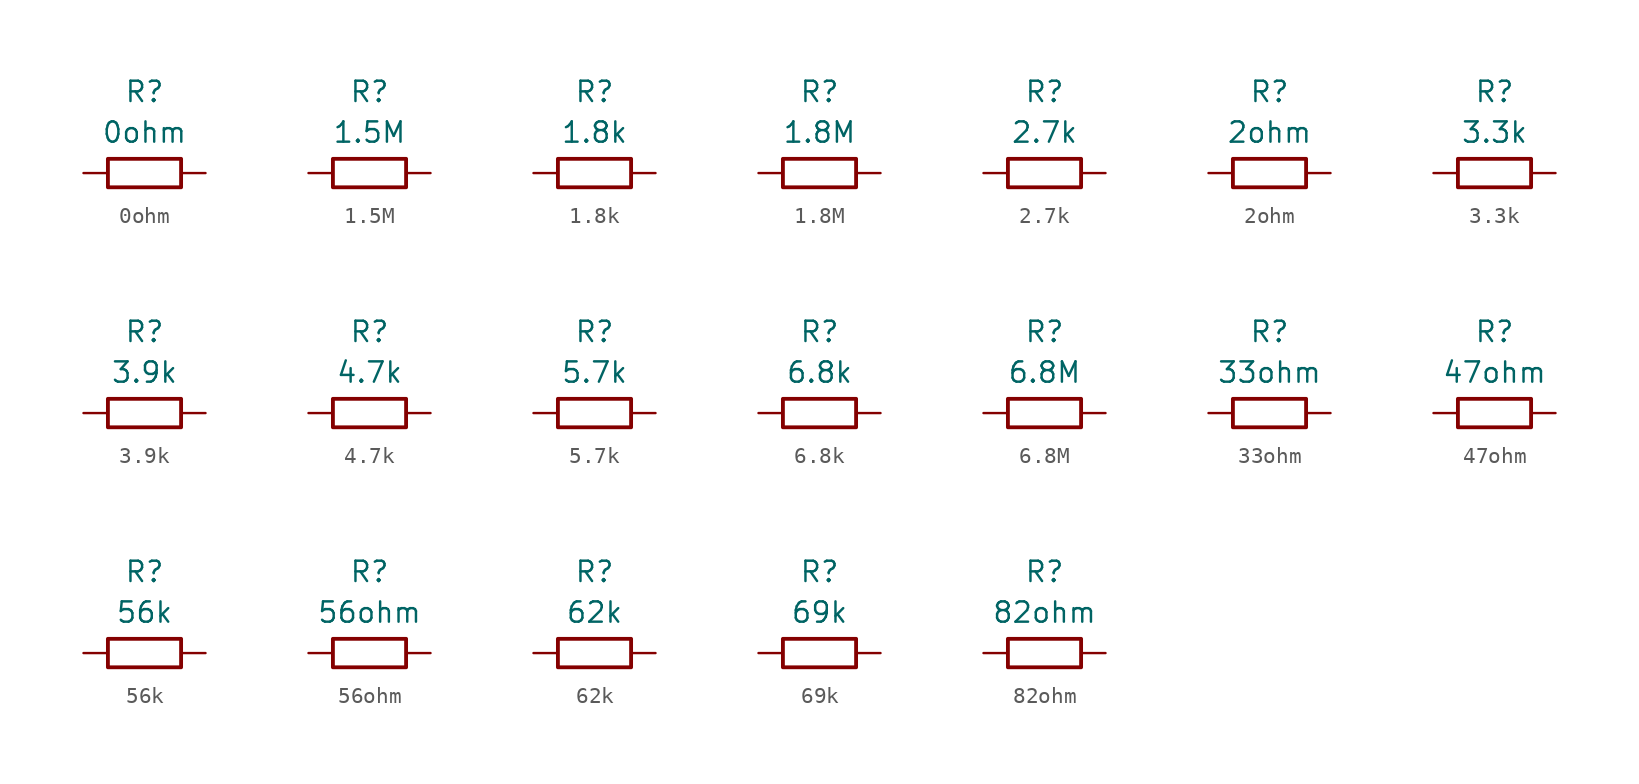
<source format=kicad_sym>
(kicad_symbol_lib
  (version 20211014)
  (generator kicad_symbol_editor)
  (symbol "0ohm"
    (property "Reference" "R"
      (at 0 5.08 0)
      (effects (font (size 1.27 1.27))))
    (property "Value" "0ohm"
      (at 0 2.54 0)
      (effects (font (size 1.27 1.27))))
    (symbol "0ohm_0_1"
      (rectangle (start -2.286 0.889) (end 2.286 -0.889) (stroke (width 0.24) (type default) (color 0 0 0 0)) (fill (type none))))
    (symbol "0ohm_1_1"
      (pin passive line (at -3.81 0 0) (length 1.5) (name "" (effects (font (size 1.27 1.27)))) (number "1" (effects (font (size 0 0)))))
      (pin passive line (at 3.81 0 180) (length 1.5) (name "~" (effects (font (size 1.27 1.27)))) (number "2" (effects (font (size 0 0)))))))
  (symbol "1.5M"
    (property "Reference" "R"
      (at 0 5.08 0)
      (effects (font (size 1.27 1.27))))
    (property "Value" "1.5M"
      (at 0 2.54 0)
      (effects (font (size 1.27 1.27))))
    (symbol "1.5M_0_1"
      (rectangle (start -2.286 0.889) (end 2.286 -0.889) (stroke (width 0.24) (type default) (color 0 0 0 0)) (fill (type none))))
    (symbol "1.5M_1_1"
      (pin passive line (at -3.81 0 0) (length 1.5) (name "" (effects (font (size 1.27 1.27)))) (number "1" (effects (font (size 0 0)))))
      (pin passive line (at 3.81 0 180) (length 1.5) (name "~" (effects (font (size 1.27 1.27)))) (number "2" (effects (font (size 0 0)))))))
  (symbol "1.8k"
    (property "Reference" "R"
      (at 0 5.08 0)
      (effects (font (size 1.27 1.27))))
    (property "Value" "1.8k"
      (at 0 2.54 0)
      (effects (font (size 1.27 1.27))))
    (symbol "1.8k_0_1"
      (rectangle (start -2.286 0.889) (end 2.286 -0.889) (stroke (width 0.24) (type default) (color 0 0 0 0)) (fill (type none))))
    (symbol "1.8k_1_1"
      (pin passive line (at -3.81 0 0) (length 1.5) (name "" (effects (font (size 1.27 1.27)))) (number "1" (effects (font (size 0 0)))))
      (pin passive line (at 3.81 0 180) (length 1.5) (name "~" (effects (font (size 1.27 1.27)))) (number "2" (effects (font (size 0 0)))))))
  (symbol "1.8M"
    (property "Reference" "R"
      (at 0 5.08 0)
      (effects (font (size 1.27 1.27))))
    (property "Value" "1.8M"
      (at 0 2.54 0)
      (effects (font (size 1.27 1.27))))
    (symbol "1.8M_0_1"
      (rectangle (start -2.286 0.889) (end 2.286 -0.889) (stroke (width 0.24) (type default) (color 0 0 0 0)) (fill (type none))))
    (symbol "1.8M_1_1"
      (pin passive line (at -3.81 0 0) (length 1.5) (name "" (effects (font (size 1.27 1.27)))) (number "1" (effects (font (size 0 0)))))
      (pin passive line (at 3.81 0 180) (length 1.5) (name "~" (effects (font (size 1.27 1.27)))) (number "2" (effects (font (size 0 0)))))))
  (symbol "2.7k"
    (property "Reference" "R"
      (at 0 5.08 0)
      (effects (font (size 1.27 1.27))))
    (property "Value" "2.7k"
      (at 0 2.54 0)
      (effects (font (size 1.27 1.27))))
    (symbol "2.7k_0_1"
      (rectangle (start -2.286 0.889) (end 2.286 -0.889) (stroke (width 0.24) (type default) (color 0 0 0 0)) (fill (type none))))
    (symbol "2.7k_1_1"
      (pin passive line (at -3.81 0 0) (length 1.5) (name "" (effects (font (size 1.27 1.27)))) (number "1" (effects (font (size 0 0)))))
      (pin passive line (at 3.81 0 180) (length 1.5) (name "~" (effects (font (size 1.27 1.27)))) (number "2" (effects (font (size 0 0)))))))
  (symbol "2ohm"
    (property "Reference" "R"
      (at 0 5.08 0)
      (effects (font (size 1.27 1.27))))
    (property "Value" "2ohm"
      (at 0 2.54 0)
      (effects (font (size 1.27 1.27))))
    (symbol "2ohm_0_1"
      (rectangle (start -2.286 0.889) (end 2.286 -0.889) (stroke (width 0.24) (type default) (color 0 0 0 0)) (fill (type none))))
    (symbol "2ohm_1_1"
      (pin passive line (at -3.81 0 0) (length 1.5) (name "" (effects (font (size 1.27 1.27)))) (number "1" (effects (font (size 0 0)))))
      (pin passive line (at 3.81 0 180) (length 1.5) (name "~" (effects (font (size 1.27 1.27)))) (number "2" (effects (font (size 0 0)))))))
  (symbol "3.3k"
    (property "Reference" "R"
      (at 0 5.08 0)
      (effects (font (size 1.27 1.27))))
    (property "Value" "3.3k"
      (at 0 2.54 0)
      (effects (font (size 1.27 1.27))))
    (symbol "3.3k_0_1"
      (rectangle (start -2.286 0.889) (end 2.286 -0.889) (stroke (width 0.24) (type default) (color 0 0 0 0)) (fill (type none))))
    (symbol "3.3k_1_1"
      (pin passive line (at -3.81 0 0) (length 1.5) (name "" (effects (font (size 1.27 1.27)))) (number "1" (effects (font (size 0 0)))))
      (pin passive line (at 3.81 0 180) (length 1.5) (name "~" (effects (font (size 1.27 1.27)))) (number "2" (effects (font (size 0 0)))))))
  (symbol "3.9k"
    (property "Reference" "R"
      (at 0 5.08 0)
      (effects (font (size 1.27 1.27))))
    (property "Value" "3.9k"
      (at 0 2.54 0)
      (effects (font (size 1.27 1.27))))
    (symbol "3.9k_0_1"
      (rectangle (start -2.286 0.889) (end 2.286 -0.889) (stroke (width 0.24) (type default) (color 0 0 0 0)) (fill (type none))))
    (symbol "3.9k_1_1"
      (pin passive line (at -3.81 0 0) (length 1.5) (name "" (effects (font (size 1.27 1.27)))) (number "1" (effects (font (size 0 0)))))
      (pin passive line (at 3.81 0 180) (length 1.5) (name "~" (effects (font (size 1.27 1.27)))) (number "2" (effects (font (size 0 0)))))))
  (symbol "4.7k"
    (property "Reference" "R"
      (at 0 5.08 0)
      (effects (font (size 1.27 1.27))))
    (property "Value" "4.7k"
      (at 0 2.54 0)
      (effects (font (size 1.27 1.27))))
    (symbol "4.7k_0_1"
      (rectangle (start -2.286 0.889) (end 2.286 -0.889) (stroke (width 0.24) (type default) (color 0 0 0 0)) (fill (type none))))
    (symbol "4.7k_1_1"
      (pin passive line (at -3.81 0 0) (length 1.5) (name "" (effects (font (size 1.27 1.27)))) (number "1" (effects (font (size 0 0)))))
      (pin passive line (at 3.81 0 180) (length 1.5) (name "~" (effects (font (size 1.27 1.27)))) (number "2" (effects (font (size 0 0)))))))
  (symbol "5.7k"
    (property "Reference" "R"
      (at 0 5.08 0)
      (effects (font (size 1.27 1.27))))
    (property "Value" "5.7k"
      (at 0 2.54 0)
      (effects (font (size 1.27 1.27))))
    (symbol "5.7k_0_1"
      (rectangle (start -2.286 0.889) (end 2.286 -0.889) (stroke (width 0.24) (type default) (color 0 0 0 0)) (fill (type none))))
    (symbol "5.7k_1_1"
      (pin passive line (at -3.81 0 0) (length 1.5) (name "" (effects (font (size 1.27 1.27)))) (number "1" (effects (font (size 0 0)))))
      (pin passive line (at 3.81 0 180) (length 1.5) (name "~" (effects (font (size 1.27 1.27)))) (number "2" (effects (font (size 0 0)))))))
  (symbol "6.8k"
    (property "Reference" "R"
      (at 0 5.08 0)
      (effects (font (size 1.27 1.27))))
    (property "Value" "6.8k"
      (at 0 2.54 0)
      (effects (font (size 1.27 1.27))))
    (symbol "6.8k_0_1"
      (rectangle (start -2.286 0.889) (end 2.286 -0.889) (stroke (width 0.24) (type default) (color 0 0 0 0)) (fill (type none))))
    (symbol "6.8k_1_1"
      (pin passive line (at -3.81 0 0) (length 1.5) (name "" (effects (font (size 1.27 1.27)))) (number "1" (effects (font (size 0 0)))))
      (pin passive line (at 3.81 0 180) (length 1.5) (name "~" (effects (font (size 1.27 1.27)))) (number "2" (effects (font (size 0 0)))))))
  (symbol "6.8M"
    (property "Reference" "R"
      (at 0 5.08 0)
      (effects (font (size 1.27 1.27))))
    (property "Value" "6.8M"
      (at 0 2.54 0)
      (effects (font (size 1.27 1.27))))
    (symbol "6.8M_0_1"
      (rectangle (start -2.286 0.889) (end 2.286 -0.889) (stroke (width 0.24) (type default) (color 0 0 0 0)) (fill (type none))))
    (symbol "6.8M_1_1"
      (pin passive line (at -3.81 0 0) (length 1.5) (name "" (effects (font (size 1.27 1.27)))) (number "1" (effects (font (size 0 0)))))
      (pin passive line (at 3.81 0 180) (length 1.5) (name "~" (effects (font (size 1.27 1.27)))) (number "2" (effects (font (size 0 0)))))))
  (symbol "33ohm"
    (property "Reference" "R"
      (at 0 5.08 0)
      (effects (font (size 1.27 1.27))))
    (property "Value" "33ohm"
      (at 0 2.54 0)
      (effects (font (size 1.27 1.27))))
    (symbol "33ohm_0_1"
      (rectangle (start -2.286 0.889) (end 2.286 -0.889) (stroke (width 0.24) (type default) (color 0 0 0 0)) (fill (type none))))
    (symbol "33ohm_1_1"
      (pin passive line (at -3.81 0 0) (length 1.5) (name "" (effects (font (size 1.27 1.27)))) (number "1" (effects (font (size 0 0)))))
      (pin passive line (at 3.81 0 180) (length 1.5) (name "~" (effects (font (size 1.27 1.27)))) (number "2" (effects (font (size 0 0)))))))
  (symbol "47ohm"
    (property "Reference" "R"
      (at 0 5.08 0)
      (effects (font (size 1.27 1.27))))
    (property "Value" "47ohm"
      (at 0 2.54 0)
      (effects (font (size 1.27 1.27))))
    (symbol "47ohm_0_1"
      (rectangle (start -2.286 0.889) (end 2.286 -0.889) (stroke (width 0.24) (type default) (color 0 0 0 0)) (fill (type none))))
    (symbol "47ohm_1_1"
      (pin passive line (at -3.81 0 0) (length 1.5) (name "" (effects (font (size 1.27 1.27)))) (number "1" (effects (font (size 0 0)))))
      (pin passive line (at 3.81 0 180) (length 1.5) (name "~" (effects (font (size 1.27 1.27)))) (number "2" (effects (font (size 0 0)))))))
  (symbol "56k"
    (property "Reference" "R"
      (at 0 5.08 0)
      (effects (font (size 1.27 1.27))))
    (property "Value" "56k"
      (at 0 2.54 0)
      (effects (font (size 1.27 1.27))))
    (symbol "56k_0_1"
      (rectangle (start -2.286 0.889) (end 2.286 -0.889) (stroke (width 0.24) (type default) (color 0 0 0 0)) (fill (type none))))
    (symbol "56k_1_1"
      (pin passive line (at -3.81 0 0) (length 1.5) (name "" (effects (font (size 1.27 1.27)))) (number "1" (effects (font (size 0 0)))))
      (pin passive line (at 3.81 0 180) (length 1.5) (name "~" (effects (font (size 1.27 1.27)))) (number "2" (effects (font (size 0 0)))))))
  (symbol "56ohm"
    (property "Reference" "R"
      (at 0 5.08 0)
      (effects (font (size 1.27 1.27))))
    (property "Value" "56ohm"
      (at 0 2.54 0)
      (effects (font (size 1.27 1.27))))
    (symbol "56ohm_0_1"
      (rectangle (start -2.286 0.889) (end 2.286 -0.889) (stroke (width 0.24) (type default) (color 0 0 0 0)) (fill (type none))))
    (symbol "56ohm_1_1"
      (pin passive line (at -3.81 0 0) (length 1.5) (name "" (effects (font (size 1.27 1.27)))) (number "1" (effects (font (size 0 0)))))
      (pin passive line (at 3.81 0 180) (length 1.5) (name "~" (effects (font (size 1.27 1.27)))) (number "2" (effects (font (size 0 0)))))))
  (symbol "62k"
    (property "Reference" "R"
      (at 0 5.08 0)
      (effects (font (size 1.27 1.27))))
    (property "Value" "62k"
      (at 0 2.54 0)
      (effects (font (size 1.27 1.27))))
    (symbol "62k_0_1"
      (rectangle (start -2.286 0.889) (end 2.286 -0.889) (stroke (width 0.24) (type default) (color 0 0 0 0)) (fill (type none))))
    (symbol "62k_1_1"
      (pin passive line (at -3.81 0 0) (length 1.5) (name "" (effects (font (size 1.27 1.27)))) (number "1" (effects (font (size 0 0)))))
      (pin passive line (at 3.81 0 180) (length 1.5) (name "~" (effects (font (size 1.27 1.27)))) (number "2" (effects (font (size 0 0)))))))
  (symbol "69k"
    (property "Reference" "R"
      (at 0 5.08 0)
      (effects (font (size 1.27 1.27))))
    (property "Value" "69k"
      (at 0 2.54 0)
      (effects (font (size 1.27 1.27))))
    (symbol "69k_0_1"
      (rectangle (start -2.286 0.889) (end 2.286 -0.889) (stroke (width 0.24) (type default) (color 0 0 0 0)) (fill (type none))))
    (symbol "69k_1_1"
      (pin passive line (at -3.81 0 0) (length 1.5) (name "" (effects (font (size 1.27 1.27)))) (number "1" (effects (font (size 0 0)))))
      (pin passive line (at 3.81 0 180) (length 1.5) (name "~" (effects (font (size 1.27 1.27)))) (number "2" (effects (font (size 0 0)))))))
  (symbol "82ohm"
    (property "Reference" "R"
      (at 0 5.08 0)
      (effects (font (size 1.27 1.27))))
    (property "Value" "82ohm"
      (at 0 2.54 0)
      (effects (font (size 1.27 1.27))))
    (symbol "82ohm_0_1"
      (rectangle (start -2.286 0.889) (end 2.286 -0.889) (stroke (width 0.24) (type default) (color 0 0 0 0)) (fill (type none))))
    (symbol "82ohm_1_1"
      (pin passive line (at -3.81 0 0) (length 1.5) (name "" (effects (font (size 1.27 1.27)))) (number "1" (effects (font (size 0 0)))))
      (pin passive line (at 3.81 0 180) (length 1.5) (name "~" (effects (font (size 1.27 1.27)))) (number "2" (effects (font (size 0 0))))))))
</source>
